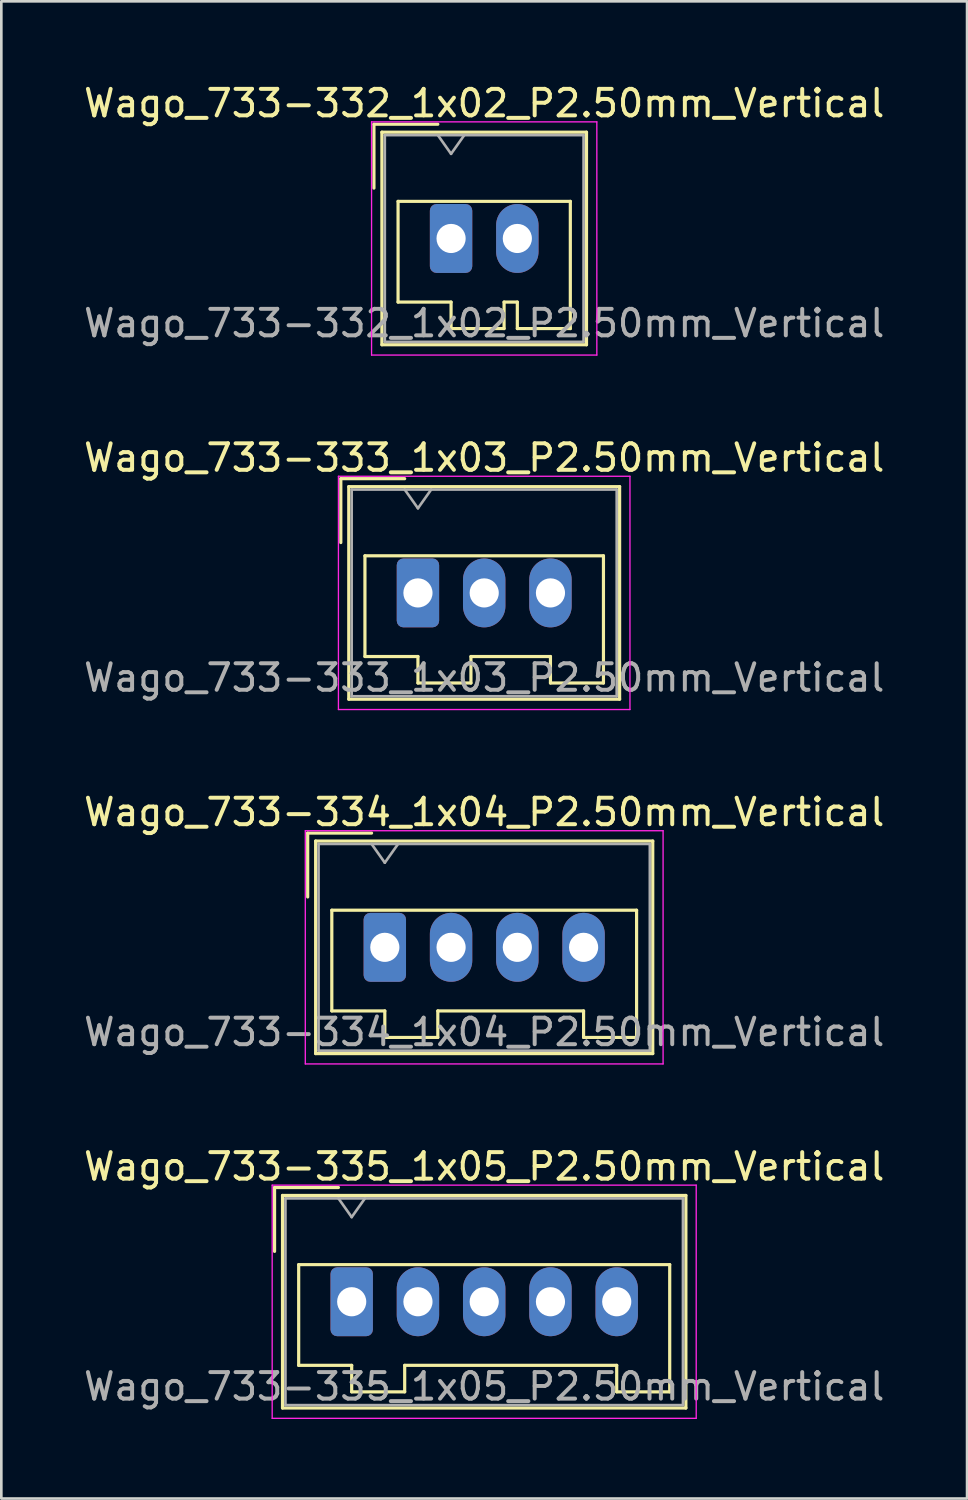
<source format=kicad_pcb>
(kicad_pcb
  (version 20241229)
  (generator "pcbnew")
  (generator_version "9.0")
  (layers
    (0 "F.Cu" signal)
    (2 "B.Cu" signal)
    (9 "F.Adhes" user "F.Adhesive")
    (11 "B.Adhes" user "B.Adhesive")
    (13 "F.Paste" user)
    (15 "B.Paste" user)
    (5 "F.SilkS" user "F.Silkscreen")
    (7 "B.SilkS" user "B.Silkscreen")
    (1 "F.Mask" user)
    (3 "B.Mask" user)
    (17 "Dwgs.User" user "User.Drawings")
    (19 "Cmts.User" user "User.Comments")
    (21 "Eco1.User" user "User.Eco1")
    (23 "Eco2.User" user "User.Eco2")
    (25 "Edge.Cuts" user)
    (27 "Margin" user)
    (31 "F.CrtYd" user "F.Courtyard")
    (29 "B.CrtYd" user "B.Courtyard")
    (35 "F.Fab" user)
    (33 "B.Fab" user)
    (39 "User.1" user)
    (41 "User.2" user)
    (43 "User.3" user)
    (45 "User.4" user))
  (footprint "Wago_733-333_1x03_P2.50mm_Vertical"
    (layer "F.Cu")
    (at 12.72 19.322)
    (property "Reference" "Wago_733-333_1x03_P2.50mm_Vertical" (at 2.5 -5.1 0) (layer "F.SilkS") (effects (font (size 1 1) (thickness 0.15))))
    (attr through_hole)
    (fp_line (start -2.91 -4.31) (end -0.5 -4.31) (stroke (width 0.12) (type solid)) (layer "F.SilkS"))
    (fp_line (start -2.91 -1.9) (end -2.91 -4.31) (stroke (width 0.12) (type solid)) (layer "F.SilkS"))
    (fp_line (start -2.61 -4.01) (end -2.61 4.01) (stroke (width 0.12) (type solid)) (layer "F.SilkS"))
    (fp_line (start -2.61 4.01) (end 7.61 4.01) (stroke (width 0.12) (type solid)) (layer "F.SilkS"))
    (fp_line (start -2 -1.4) (end -2 2.4) (stroke (width 0.12) (type solid)) (layer "F.SilkS"))
    (fp_line (start -2 2.4) (end 0 2.4) (stroke (width 0.12) (type solid)) (layer "F.SilkS"))
    (fp_line (start 0 2.4) (end 0 3.4) (stroke (width 0.12) (type solid)) (layer "F.SilkS"))
    (fp_line (start 0 3.4) (end 2 3.4) (stroke (width 0.12) (type solid)) (layer "F.SilkS"))
    (fp_line (start 2 2.4) (end 5 2.4) (stroke (width 0.12) (type solid)) (layer "F.SilkS"))
    (fp_line (start 2 3.4) (end 2 2.4) (stroke (width 0.12) (type solid)) (layer "F.SilkS"))
    (fp_line (start 5 2.4) (end 5 3.4) (stroke (width 0.12) (type solid)) (layer "F.SilkS"))
    (fp_line (start 5 3.4) (end 7 3.4) (stroke (width 0.12) (type solid)) (layer "F.SilkS"))
    (fp_line (start 7 -1.4) (end -2 -1.4) (stroke (width 0.12) (type solid)) (layer "F.SilkS"))
    (fp_line (start 7 3.4) (end 7 -1.4) (stroke (width 0.12) (type solid)) (layer "F.SilkS"))
    (fp_line (start 7.61 -4.01) (end -2.61 -4.01) (stroke (width 0.12) (type solid)) (layer "F.SilkS"))
    (fp_line (start 7.61 4.01) (end 7.61 -4.01) (stroke (width 0.12) (type solid)) (layer "F.SilkS"))
    (fp_line (start -3 -4.4) (end -3 4.4) (stroke (width 0.05) (type solid)) (layer "F.CrtYd"))
    (fp_line (start -3 4.4) (end 8 4.4) (stroke (width 0.05) (type solid)) (layer "F.CrtYd"))
    (fp_line (start 8 -4.4) (end -3 -4.4) (stroke (width 0.05) (type solid)) (layer "F.CrtYd"))
    (fp_line (start 8 4.4) (end 8 -4.4) (stroke (width 0.05) (type solid)) (layer "F.CrtYd"))
    (fp_line (start -2.5 -3.9) (end -2.5 3.9) (stroke (width 0.1) (type solid)) (layer "F.Fab"))
    (fp_line (start -2.5 3.9) (end 7.5 3.9) (stroke (width 0.1) (type solid)) (layer "F.Fab"))
    (fp_line (start -0.5 -3.9) (end 0 -3.193) (stroke (width 0.1) (type solid)) (layer "F.Fab"))
    (fp_line (start 0 -3.193) (end 0.5 -3.9) (stroke (width 0.1) (type solid)) (layer "F.Fab"))
    (fp_line (start 7.5 -3.9) (end -2.5 -3.9) (stroke (width 0.1) (type solid)) (layer "F.Fab"))
    (fp_line (start 7.5 3.9) (end 7.5 -3.9) (stroke (width 0.1) (type solid)) (layer "F.Fab"))
    (fp_text user "${REFERENCE}" (at 2.5 3.2 0) (layer "F.Fab") (effects (font (size 1 1) (thickness 0.15))))
    (pad "1" thru_hole roundrect (at 0 0) (size 1.6 2.6) (drill 1.1) (layers "*.Cu" "*.Mask") (roundrect_rratio 0.156))
    (pad "2" thru_hole oval (at 2.5 0) (size 1.6 2.6) (drill 1.1) (layers "*.Cu" "*.Mask"))
    (pad "3" thru_hole oval (at 5 0) (size 1.6 2.6) (drill 1.1) (layers "*.Cu" "*.Mask")))
  (footprint "Wago_733-335_1x05_P2.50mm_Vertical"
    (layer "F.Cu")
    (at 10.22 46.068)
    (property "Reference" "Wago_733-335_1x05_P2.50mm_Vertical" (at 5 -5.1 0) (layer "F.SilkS") (effects (font (size 1 1) (thickness 0.15))))
    (attr through_hole)
    (fp_line (start -2.91 -4.31) (end -0.5 -4.31) (stroke (width 0.12) (type solid)) (layer "F.SilkS"))
    (fp_line (start -2.91 -1.9) (end -2.91 -4.31) (stroke (width 0.12) (type solid)) (layer "F.SilkS"))
    (fp_line (start -2.61 -4.01) (end -2.61 4.01) (stroke (width 0.12) (type solid)) (layer "F.SilkS"))
    (fp_line (start -2.61 4.01) (end 12.61 4.01) (stroke (width 0.12) (type solid)) (layer "F.SilkS"))
    (fp_line (start -2 -1.4) (end -2 2.4) (stroke (width 0.12) (type solid)) (layer "F.SilkS"))
    (fp_line (start -2 2.4) (end 0 2.4) (stroke (width 0.12) (type solid)) (layer "F.SilkS"))
    (fp_line (start 0 2.4) (end 0 3.4) (stroke (width 0.12) (type solid)) (layer "F.SilkS"))
    (fp_line (start 0 3.4) (end 2 3.4) (stroke (width 0.12) (type solid)) (layer "F.SilkS"))
    (fp_line (start 2 2.4) (end 10 2.4) (stroke (width 0.12) (type solid)) (layer "F.SilkS"))
    (fp_line (start 2 3.4) (end 2 2.4) (stroke (width 0.12) (type solid)) (layer "F.SilkS"))
    (fp_line (start 10 2.4) (end 10 3.4) (stroke (width 0.12) (type solid)) (layer "F.SilkS"))
    (fp_line (start 10 3.4) (end 12 3.4) (stroke (width 0.12) (type solid)) (layer "F.SilkS"))
    (fp_line (start 12 -1.4) (end -2 -1.4) (stroke (width 0.12) (type solid)) (layer "F.SilkS"))
    (fp_line (start 12 3.4) (end 12 -1.4) (stroke (width 0.12) (type solid)) (layer "F.SilkS"))
    (fp_line (start 12.61 -4.01) (end -2.61 -4.01) (stroke (width 0.12) (type solid)) (layer "F.SilkS"))
    (fp_line (start 12.61 4.01) (end 12.61 -4.01) (stroke (width 0.12) (type solid)) (layer "F.SilkS"))
    (fp_line (start -3 -4.4) (end -3 4.4) (stroke (width 0.05) (type solid)) (layer "F.CrtYd"))
    (fp_line (start -3 4.4) (end 13 4.4) (stroke (width 0.05) (type solid)) (layer "F.CrtYd"))
    (fp_line (start 13 -4.4) (end -3 -4.4) (stroke (width 0.05) (type solid)) (layer "F.CrtYd"))
    (fp_line (start 13 4.4) (end 13 -4.4) (stroke (width 0.05) (type solid)) (layer "F.CrtYd"))
    (fp_line (start -2.5 -3.9) (end -2.5 3.9) (stroke (width 0.1) (type solid)) (layer "F.Fab"))
    (fp_line (start -2.5 3.9) (end 12.5 3.9) (stroke (width 0.1) (type solid)) (layer "F.Fab"))
    (fp_line (start -0.5 -3.9) (end 0 -3.193) (stroke (width 0.1) (type solid)) (layer "F.Fab"))
    (fp_line (start 0 -3.193) (end 0.5 -3.9) (stroke (width 0.1) (type solid)) (layer "F.Fab"))
    (fp_line (start 12.5 -3.9) (end -2.5 -3.9) (stroke (width 0.1) (type solid)) (layer "F.Fab"))
    (fp_line (start 12.5 3.9) (end 12.5 -3.9) (stroke (width 0.1) (type solid)) (layer "F.Fab"))
    (fp_text user "${REFERENCE}" (at 5 3.2 0) (layer "F.Fab") (effects (font (size 1 1) (thickness 0.15))))
    (pad "1" thru_hole roundrect (at 0 0) (size 1.6 2.6) (drill 1.1) (layers "*.Cu" "*.Mask") (roundrect_rratio 0.156))
    (pad "2" thru_hole oval (at 2.5 0) (size 1.6 2.6) (drill 1.1) (layers "*.Cu" "*.Mask"))
    (pad "3" thru_hole oval (at 5 0) (size 1.6 2.6) (drill 1.1) (layers "*.Cu" "*.Mask"))
    (pad "4" thru_hole oval (at 7.5 0) (size 1.6 2.6) (drill 1.1) (layers "*.Cu" "*.Mask"))
    (pad "5" thru_hole oval (at 10 0) (size 1.6 2.6) (drill 1.1) (layers "*.Cu" "*.Mask")))
  (footprint "Wago_733-334_1x04_P2.50mm_Vertical"
    (layer "F.Cu")
    (at 11.47 32.695)
    (property "Reference" "Wago_733-334_1x04_P2.50mm_Vertical" (at 3.75 -5.1 0) (layer "F.SilkS") (effects (font (size 1 1) (thickness 0.15))))
    (attr through_hole)
    (fp_line (start -2.91 -4.31) (end -0.5 -4.31) (stroke (width 0.12) (type solid)) (layer "F.SilkS"))
    (fp_line (start -2.91 -1.9) (end -2.91 -4.31) (stroke (width 0.12) (type solid)) (layer "F.SilkS"))
    (fp_line (start -2.61 -4.01) (end -2.61 4.01) (stroke (width 0.12) (type solid)) (layer "F.SilkS"))
    (fp_line (start -2.61 4.01) (end 10.11 4.01) (stroke (width 0.12) (type solid)) (layer "F.SilkS"))
    (fp_line (start -2 -1.4) (end -2 2.4) (stroke (width 0.12) (type solid)) (layer "F.SilkS"))
    (fp_line (start -2 2.4) (end 0 2.4) (stroke (width 0.12) (type solid)) (layer "F.SilkS"))
    (fp_line (start 0 2.4) (end 0 3.4) (stroke (width 0.12) (type solid)) (layer "F.SilkS"))
    (fp_line (start 0 3.4) (end 2 3.4) (stroke (width 0.12) (type solid)) (layer "F.SilkS"))
    (fp_line (start 2 2.4) (end 7.5 2.4) (stroke (width 0.12) (type solid)) (layer "F.SilkS"))
    (fp_line (start 2 3.4) (end 2 2.4) (stroke (width 0.12) (type solid)) (layer "F.SilkS"))
    (fp_line (start 7.5 2.4) (end 7.5 3.4) (stroke (width 0.12) (type solid)) (layer "F.SilkS"))
    (fp_line (start 7.5 3.4) (end 9.5 3.4) (stroke (width 0.12) (type solid)) (layer "F.SilkS"))
    (fp_line (start 9.5 -1.4) (end -2 -1.4) (stroke (width 0.12) (type solid)) (layer "F.SilkS"))
    (fp_line (start 9.5 3.4) (end 9.5 -1.4) (stroke (width 0.12) (type solid)) (layer "F.SilkS"))
    (fp_line (start 10.11 -4.01) (end -2.61 -4.01) (stroke (width 0.12) (type solid)) (layer "F.SilkS"))
    (fp_line (start 10.11 4.01) (end 10.11 -4.01) (stroke (width 0.12) (type solid)) (layer "F.SilkS"))
    (fp_line (start -3 -4.4) (end -3 4.4) (stroke (width 0.05) (type solid)) (layer "F.CrtYd"))
    (fp_line (start -3 4.4) (end 10.5 4.4) (stroke (width 0.05) (type solid)) (layer "F.CrtYd"))
    (fp_line (start 10.5 -4.4) (end -3 -4.4) (stroke (width 0.05) (type solid)) (layer "F.CrtYd"))
    (fp_line (start 10.5 4.4) (end 10.5 -4.4) (stroke (width 0.05) (type solid)) (layer "F.CrtYd"))
    (fp_line (start -2.5 -3.9) (end -2.5 3.9) (stroke (width 0.1) (type solid)) (layer "F.Fab"))
    (fp_line (start -2.5 3.9) (end 10 3.9) (stroke (width 0.1) (type solid)) (layer "F.Fab"))
    (fp_line (start -0.5 -3.9) (end 0 -3.193) (stroke (width 0.1) (type solid)) (layer "F.Fab"))
    (fp_line (start 0 -3.193) (end 0.5 -3.9) (stroke (width 0.1) (type solid)) (layer "F.Fab"))
    (fp_line (start 10 -3.9) (end -2.5 -3.9) (stroke (width 0.1) (type solid)) (layer "F.Fab"))
    (fp_line (start 10 3.9) (end 10 -3.9) (stroke (width 0.1) (type solid)) (layer "F.Fab"))
    (fp_text user "${REFERENCE}" (at 3.75 3.2 0) (layer "F.Fab") (effects (font (size 1 1) (thickness 0.15))))
    (pad "1" thru_hole roundrect (at 0 0) (size 1.6 2.6) (drill 1.1) (layers "*.Cu" "*.Mask") (roundrect_rratio 0.156))
    (pad "2" thru_hole oval (at 2.5 0) (size 1.6 2.6) (drill 1.1) (layers "*.Cu" "*.Mask"))
    (pad "3" thru_hole oval (at 5 0) (size 1.6 2.6) (drill 1.1) (layers "*.Cu" "*.Mask"))
    (pad "4" thru_hole oval (at 7.5 0) (size 1.6 2.6) (drill 1.1) (layers "*.Cu" "*.Mask")))
  (footprint "Wago_733-332_1x02_P2.50mm_Vertical"
    (layer "F.Cu")
    (at 13.97 5.948)
    (property "Reference" "Wago_733-332_1x02_P2.50mm_Vertical" (at 1.25 -5.1 0) (layer "F.SilkS") (effects (font (size 1 1) (thickness 0.15))))
    (attr through_hole)
    (fp_line (start -2.91 -4.31) (end -0.5 -4.31) (stroke (width 0.12) (type solid)) (layer "F.SilkS"))
    (fp_line (start -2.91 -1.9) (end -2.91 -4.31) (stroke (width 0.12) (type solid)) (layer "F.SilkS"))
    (fp_line (start -2.61 -4.01) (end -2.61 4.01) (stroke (width 0.12) (type solid)) (layer "F.SilkS"))
    (fp_line (start -2.61 4.01) (end 5.11 4.01) (stroke (width 0.12) (type solid)) (layer "F.SilkS"))
    (fp_line (start -2 -1.4) (end -2 2.4) (stroke (width 0.12) (type solid)) (layer "F.SilkS"))
    (fp_line (start -2 2.4) (end 0 2.4) (stroke (width 0.12) (type solid)) (layer "F.SilkS"))
    (fp_line (start 0 2.4) (end 0 3.4) (stroke (width 0.12) (type solid)) (layer "F.SilkS"))
    (fp_line (start 0 3.4) (end 2 3.4) (stroke (width 0.12) (type solid)) (layer "F.SilkS"))
    (fp_line (start 2 2.4) (end 2.5 2.4) (stroke (width 0.12) (type solid)) (layer "F.SilkS"))
    (fp_line (start 2 3.4) (end 2 2.4) (stroke (width 0.12) (type solid)) (layer "F.SilkS"))
    (fp_line (start 2.5 2.4) (end 2.5 3.4) (stroke (width 0.12) (type solid)) (layer "F.SilkS"))
    (fp_line (start 2.5 3.4) (end 4.5 3.4) (stroke (width 0.12) (type solid)) (layer "F.SilkS"))
    (fp_line (start 4.5 -1.4) (end -2 -1.4) (stroke (width 0.12) (type solid)) (layer "F.SilkS"))
    (fp_line (start 4.5 3.4) (end 4.5 -1.4) (stroke (width 0.12) (type solid)) (layer "F.SilkS"))
    (fp_line (start 5.11 -4.01) (end -2.61 -4.01) (stroke (width 0.12) (type solid)) (layer "F.SilkS"))
    (fp_line (start 5.11 4.01) (end 5.11 -4.01) (stroke (width 0.12) (type solid)) (layer "F.SilkS"))
    (fp_line (start -3 -4.4) (end -3 4.4) (stroke (width 0.05) (type solid)) (layer "F.CrtYd"))
    (fp_line (start -3 4.4) (end 5.5 4.4) (stroke (width 0.05) (type solid)) (layer "F.CrtYd"))
    (fp_line (start 5.5 -4.4) (end -3 -4.4) (stroke (width 0.05) (type solid)) (layer "F.CrtYd"))
    (fp_line (start 5.5 4.4) (end 5.5 -4.4) (stroke (width 0.05) (type solid)) (layer "F.CrtYd"))
    (fp_line (start -2.5 -3.9) (end -2.5 3.9) (stroke (width 0.1) (type solid)) (layer "F.Fab"))
    (fp_line (start -2.5 3.9) (end 5 3.9) (stroke (width 0.1) (type solid)) (layer "F.Fab"))
    (fp_line (start -0.5 -3.9) (end 0 -3.193) (stroke (width 0.1) (type solid)) (layer "F.Fab"))
    (fp_line (start 0 -3.193) (end 0.5 -3.9) (stroke (width 0.1) (type solid)) (layer "F.Fab"))
    (fp_line (start 5 -3.9) (end -2.5 -3.9) (stroke (width 0.1) (type solid)) (layer "F.Fab"))
    (fp_line (start 5 3.9) (end 5 -3.9) (stroke (width 0.1) (type solid)) (layer "F.Fab"))
    (fp_text user "${REFERENCE}" (at 1.25 3.2 0) (layer "F.Fab") (effects (font (size 1 1) (thickness 0.15))))
    (pad "1" thru_hole roundrect (at 0 0) (size 1.6 2.6) (drill 1.1) (layers "*.Cu" "*.Mask") (roundrect_rratio 0.156))
    (pad "2" thru_hole oval (at 2.5 0) (size 1.6 2.6) (drill 1.1) (layers "*.Cu" "*.Mask")))
  (gr_rect
    (start -3 -3)
    (end 33.44 53.493)
    (stroke (width 0.1) (type default))
    (fill no)
    (layer "Edge.Cuts")))
</source>
